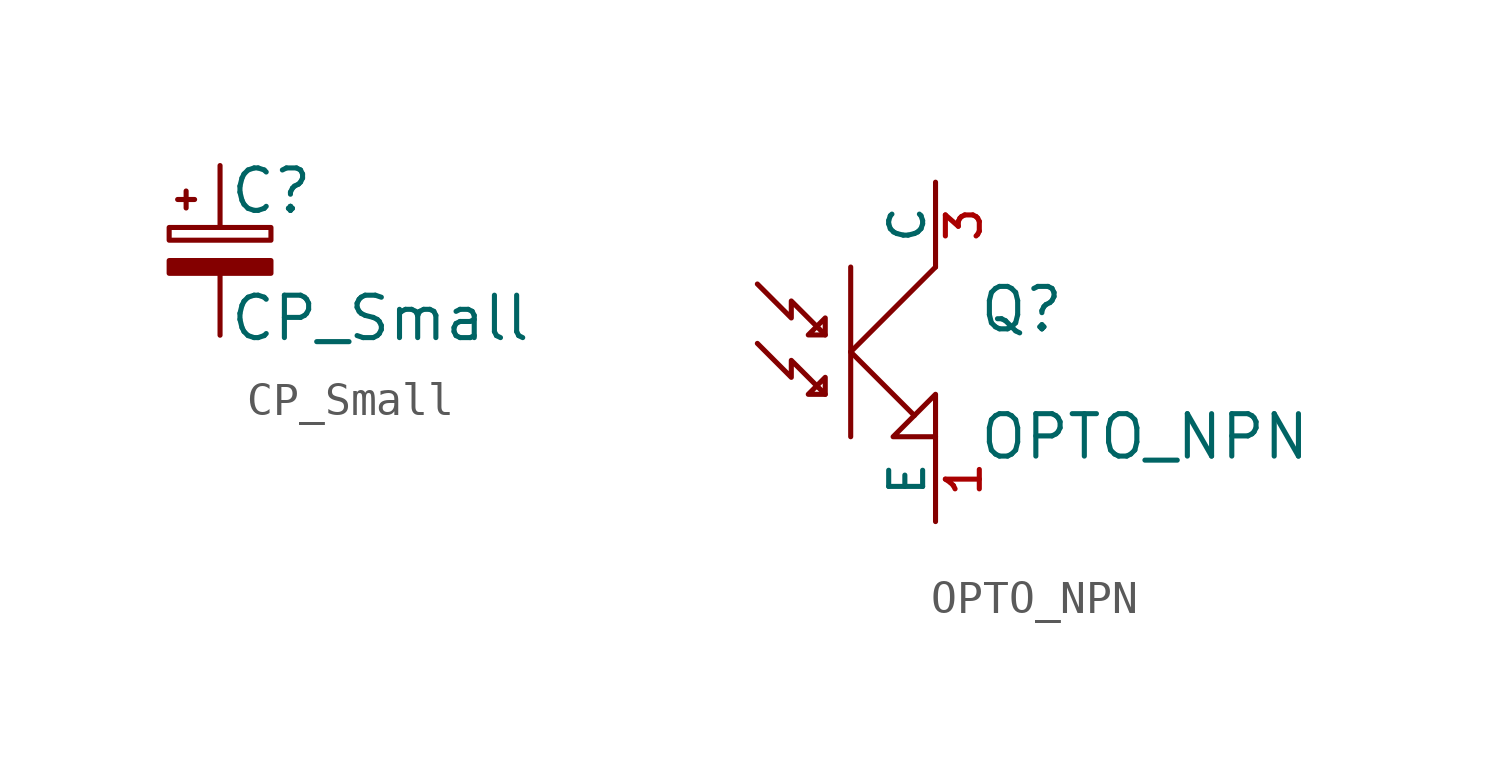
<source format=kicad_sym>
(kicad_symbol_lib
  (version 20211014)
  (generator kicad_symbol_editor)
  (symbol "CP_Small"
    (pin_numbers hide)
    (pin_names
      (offset 0.254) hide)
    (property "Reference" "C"
      (at 0.254 1.778 0)
      (effects (font (size 1.27 1.27)) (justify left)))
    (property "Value" "CP_Small"
      (at 0.254 -2.032 0)
      (effects (font (size 1.27 1.27)) (justify left)))
    (property "Footprint" ""
      (at 0 0 0)
      (effects (font (size 1.27 1.27))))
    (property "Datasheet" ""
      (at 0 0 0)
      (effects (font (size 1.27 1.27))))
    (symbol "CP_Small_0_1"
      (rectangle (start -1.524 -0.305) (end 1.524 -0.686) (stroke (width 0) (type default) (color 0 0 0 0)) (fill (type outline)))
      (rectangle (start -1.524 0.686) (end 1.524 0.305) (stroke (width 0) (type default) (color 0 0 0 0)) (fill (type none)))
      (polyline (pts (xy -1.27 1.524) (xy -0.762 1.524)) (stroke (width 0) (type default) (color 0 0 0 0)) (fill (type none)))
      (polyline (pts (xy -1.016 1.27) (xy -1.016 1.778)) (stroke (width 0) (type default) (color 0 0 0 0)) (fill (type none))))
    (symbol "CP_Small_1_1"
      (pin passive line (at 0 2.54 270) (length 1.854) (name "~" (effects (font (size 1.016 1.016)))) (number "1" (effects (font (size 1.016 1.016)))))
      (pin passive line (at 0 -2.54 90) (length 1.854) (name "~" (effects (font (size 1.016 1.016)))) (number "2" (effects (font (size 1.016 1.016)))))))
  (symbol "OPTO_NPN"
    (pin_names
      (offset 0))
    (property "Reference" "Q"
      (at 3.81 1.27 0)
      (effects (font (size 1.27 1.27)) (justify left)))
    (property "Value" "OPTO_NPN"
      (at 3.81 -2.54 0)
      (effects (font (size 1.27 1.27)) (justify left)))
    (property "Footprint" ""
      (at 0 0 0)
      (effects (font (size 1.27 1.27))))
    (property "Datasheet" ""
      (at 0 0 0)
      (effects (font (size 1.27 1.27))))
    (symbol "OPTO_NPN_0_1"
      (polyline (pts (xy 0 0) (xy 1.905 -1.905)) (stroke (width 0) (type default) (color 0 0 0 0)) (fill (type none)))
      (polyline (pts (xy 0 0) (xy 2.54 2.54)) (stroke (width 0) (type default) (color 0 0 0 0)) (fill (type none)))
      (polyline (pts (xy 0 2.54) (xy 0 -2.54)) (stroke (width 0) (type default) (color 0 0 0 0)) (fill (type none)))
      (polyline (pts (xy -0.762 -1.27) (xy -0.762 -0.762) (xy -1.27 -1.27) (xy -0.762 -1.27) (xy -0.762 -1.27)) (stroke (width 0) (type default) (color 0 0 0 0)) (fill (type none)))
      (polyline (pts (xy 1.27 -2.54) (xy 2.54 -2.54) (xy 2.54 -1.27) (xy 1.27 -2.54) (xy 1.27 -2.54)) (stroke (width 0) (type default) (color 0 0 0 0)) (fill (type none)))
      (polyline (pts (xy -2.794 0.254) (xy -1.778 -0.762) (xy -1.778 -0.254) (xy -0.762 -1.27) (xy -0.762 -1.27) (xy -0.762 -1.27)) (stroke (width 0) (type default) (color 0 0 0 0)) (fill (type none)))
      (polyline (pts (xy -2.794 2.032) (xy -1.778 1.016) (xy -1.778 1.524) (xy -0.762 0.508) (xy -0.762 0.508) (xy -0.762 0.508)) (stroke (width 0) (type default) (color 0 0 0 0)) (fill (type none)))
      (polyline (pts (xy -0.762 0.508) (xy -0.762 1.016) (xy -1.27 0.508) (xy -0.762 0.508) (xy -0.762 0.508) (xy -0.762 0.508)) (stroke (width 0) (type default) (color 0 0 0 0)) (fill (type none))))
    (symbol "OPTO_NPN_1_1"
      (pin passive line (at 2.54 -5.08 90) (length 2.54) (name "E" (effects (font (size 1.016 1.016)))) (number "1" (effects (font (size 1.016 1.016)))))
      (pin passive line (at 2.54 5.08 270) (length 2.54) (name "C" (effects (font (size 1.016 1.016)))) (number "3" (effects (font (size 1.016 1.016))))))))
</source>
